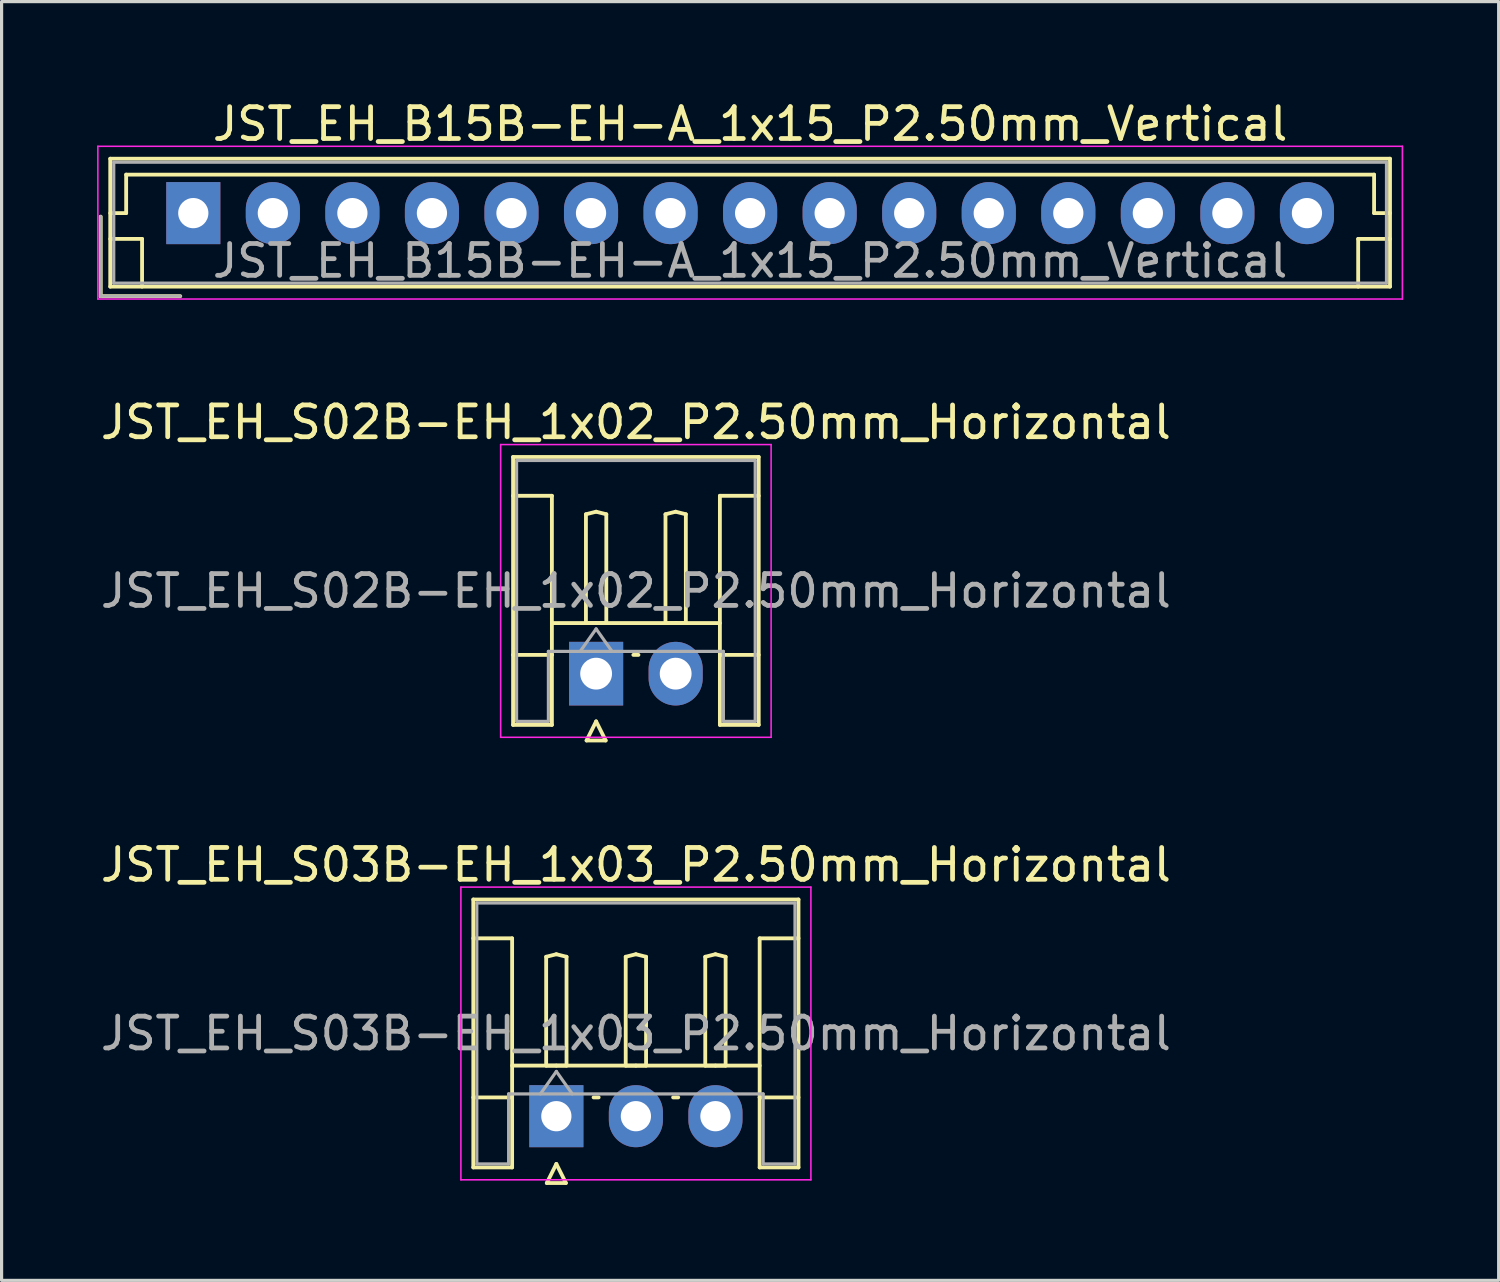
<source format=kicad_pcb>
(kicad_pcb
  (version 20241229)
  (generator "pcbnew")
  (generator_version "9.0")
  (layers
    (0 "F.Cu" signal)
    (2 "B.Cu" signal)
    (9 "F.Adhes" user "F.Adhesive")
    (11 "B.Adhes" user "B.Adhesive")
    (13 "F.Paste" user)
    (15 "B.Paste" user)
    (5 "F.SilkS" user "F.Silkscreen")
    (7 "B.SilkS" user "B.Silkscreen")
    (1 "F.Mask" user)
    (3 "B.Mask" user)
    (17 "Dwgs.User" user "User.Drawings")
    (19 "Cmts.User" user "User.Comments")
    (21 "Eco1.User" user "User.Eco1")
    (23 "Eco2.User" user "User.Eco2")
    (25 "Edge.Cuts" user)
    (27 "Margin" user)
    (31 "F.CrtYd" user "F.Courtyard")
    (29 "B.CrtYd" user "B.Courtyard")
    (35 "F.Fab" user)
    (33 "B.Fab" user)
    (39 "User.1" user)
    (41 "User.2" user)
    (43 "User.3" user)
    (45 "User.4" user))
  (footprint "JST_EH_B15B-EH-A_1x15_P2.50mm_Vertical"
    (layer "F.Cu")
    (at 3.025 3.648)
    (property "Reference" "JST_EH_B15B-EH-A_1x15_P2.50mm_Vertical" (at 17.5 -2.8 0) (layer "F.SilkS") (effects (font (size 1 1) (thickness 0.15))))
    (attr through_hole)
    (fp_line (start -2.91 0.11) (end -2.91 2.61) (stroke (width 0.12) (type solid)) (layer "F.SilkS"))
    (fp_line (start -2.91 2.61) (end -0.41 2.61) (stroke (width 0.12) (type solid)) (layer "F.SilkS"))
    (fp_line (start -2.61 -1.71) (end -2.61 2.31) (stroke (width 0.12) (type solid)) (layer "F.SilkS"))
    (fp_line (start -2.61 0) (end -2.11 0) (stroke (width 0.12) (type solid)) (layer "F.SilkS"))
    (fp_line (start -2.61 0.81) (end -1.61 0.81) (stroke (width 0.12) (type solid)) (layer "F.SilkS"))
    (fp_line (start -2.61 2.31) (end 37.61 2.31) (stroke (width 0.12) (type solid)) (layer "F.SilkS"))
    (fp_line (start -2.11 -1.21) (end 37.11 -1.21) (stroke (width 0.12) (type solid)) (layer "F.SilkS"))
    (fp_line (start -2.11 0) (end -2.11 -1.21) (stroke (width 0.12) (type solid)) (layer "F.SilkS"))
    (fp_line (start -1.61 0.81) (end -1.61 2.31) (stroke (width 0.12) (type solid)) (layer "F.SilkS"))
    (fp_line (start 36.61 0.81) (end 36.61 2.31) (stroke (width 0.12) (type solid)) (layer "F.SilkS"))
    (fp_line (start 37.11 -1.21) (end 37.11 0) (stroke (width 0.12) (type solid)) (layer "F.SilkS"))
    (fp_line (start 37.11 0) (end 37.61 0) (stroke (width 0.12) (type solid)) (layer "F.SilkS"))
    (fp_line (start 37.61 -1.71) (end -2.61 -1.71) (stroke (width 0.12) (type solid)) (layer "F.SilkS"))
    (fp_line (start 37.61 0.81) (end 36.61 0.81) (stroke (width 0.12) (type solid)) (layer "F.SilkS"))
    (fp_line (start 37.61 2.31) (end 37.61 -1.71) (stroke (width 0.12) (type solid)) (layer "F.SilkS"))
    (fp_line (start -3 -2.1) (end -3 2.7) (stroke (width 0.05) (type solid)) (layer "F.CrtYd"))
    (fp_line (start -3 2.7) (end 38 2.7) (stroke (width 0.05) (type solid)) (layer "F.CrtYd"))
    (fp_line (start 38 -2.1) (end -3 -2.1) (stroke (width 0.05) (type solid)) (layer "F.CrtYd"))
    (fp_line (start 38 2.7) (end 38 -2.1) (stroke (width 0.05) (type solid)) (layer "F.CrtYd"))
    (fp_line (start -2.91 0.11) (end -2.91 2.61) (stroke (width 0.1) (type solid)) (layer "F.Fab"))
    (fp_line (start -2.91 2.61) (end -0.41 2.61) (stroke (width 0.1) (type solid)) (layer "F.Fab"))
    (fp_line (start -2.5 -1.6) (end -2.5 2.2) (stroke (width 0.1) (type solid)) (layer "F.Fab"))
    (fp_line (start -2.5 2.2) (end 37.5 2.2) (stroke (width 0.1) (type solid)) (layer "F.Fab"))
    (fp_line (start 37.5 -1.6) (end -2.5 -1.6) (stroke (width 0.1) (type solid)) (layer "F.Fab"))
    (fp_line (start 37.5 2.2) (end 37.5 -1.6) (stroke (width 0.1) (type solid)) (layer "F.Fab"))
    (fp_text user "${REFERENCE}" (at 17.5 1.5 0) (layer "F.Fab") (effects (font (size 1 1) (thickness 0.15))))
    (pad "1" thru_hole rect (at 0 0) (size 1.7 1.95) (drill 0.95) (layers "*.Cu" "*.Mask"))
    (pad "2" thru_hole oval (at 2.5 0) (size 1.7 1.95) (drill 0.95) (layers "*.Cu" "*.Mask"))
    (pad "3" thru_hole oval (at 5 0) (size 1.7 1.95) (drill 0.95) (layers "*.Cu" "*.Mask"))
    (pad "4" thru_hole oval (at 7.5 0) (size 1.7 1.95) (drill 0.95) (layers "*.Cu" "*.Mask"))
    (pad "5" thru_hole oval (at 10 0) (size 1.7 1.95) (drill 0.95) (layers "*.Cu" "*.Mask"))
    (pad "6" thru_hole oval (at 12.5 0) (size 1.7 1.95) (drill 0.95) (layers "*.Cu" "*.Mask"))
    (pad "7" thru_hole oval (at 15 0) (size 1.7 1.95) (drill 0.95) (layers "*.Cu" "*.Mask"))
    (pad "8" thru_hole oval (at 17.5 0) (size 1.7 1.95) (drill 0.95) (layers "*.Cu" "*.Mask"))
    (pad "9" thru_hole oval (at 20 0) (size 1.7 1.95) (drill 0.95) (layers "*.Cu" "*.Mask"))
    (pad "10" thru_hole oval (at 22.5 0) (size 1.7 1.95) (drill 0.95) (layers "*.Cu" "*.Mask"))
    (pad "11" thru_hole oval (at 25 0) (size 1.7 1.95) (drill 0.95) (layers "*.Cu" "*.Mask"))
    (pad "12" thru_hole oval (at 27.5 0) (size 1.7 1.95) (drill 0.95) (layers "*.Cu" "*.Mask"))
    (pad "13" thru_hole oval (at 30 0) (size 1.7 1.95) (drill 0.95) (layers "*.Cu" "*.Mask"))
    (pad "14" thru_hole oval (at 32.5 0) (size 1.7 1.95) (drill 0.95) (layers "*.Cu" "*.Mask"))
    (pad "15" thru_hole oval (at 35 0) (size 1.7 1.95) (drill 0.95) (layers "*.Cu" "*.Mask")))
  (footprint "JST_EH_S03B-EH_1x03_P2.50mm_Horizontal"
    (layer "F.Cu")
    (at 14.435 32.03)
    (property "Reference" "JST_EH_S03B-EH_1x03_P2.50mm_Horizontal" (at 2.5 -7.9 0) (layer "F.SilkS") (effects (font (size 1 1) (thickness 0.15))))
    (attr through_hole)
    (fp_line (start -2.61 -6.81) (end 7.61 -6.81) (stroke (width 0.12) (type solid)) (layer "F.SilkS"))
    (fp_line (start -2.61 -5.59) (end -1.39 -5.59) (stroke (width 0.12) (type solid)) (layer "F.SilkS"))
    (fp_line (start -2.61 1.61) (end -2.61 -6.81) (stroke (width 0.12) (type solid)) (layer "F.SilkS"))
    (fp_line (start -1.39 -5.59) (end -1.39 -0.59) (stroke (width 0.12) (type solid)) (layer "F.SilkS"))
    (fp_line (start -1.39 -1.59) (end 6.39 -1.59) (stroke (width 0.12) (type solid)) (layer "F.SilkS"))
    (fp_line (start -1.39 -0.59) (end -2.61 -0.59) (stroke (width 0.12) (type solid)) (layer "F.SilkS"))
    (fp_line (start -1.39 -0.59) (end -1.39 1.61) (stroke (width 0.12) (type solid)) (layer "F.SilkS"))
    (fp_line (start -1.39 1.61) (end -2.61 1.61) (stroke (width 0.12) (type solid)) (layer "F.SilkS"))
    (fp_line (start -0.32 -5.01) (end 0 -5.09) (stroke (width 0.12) (type solid)) (layer "F.SilkS"))
    (fp_line (start -0.32 -1.59) (end -0.32 -5.01) (stroke (width 0.12) (type solid)) (layer "F.SilkS"))
    (fp_line (start -0.3 2.1) (end 0.3 2.1) (stroke (width 0.12) (type solid)) (layer "F.SilkS"))
    (fp_line (start 0 -5.09) (end 0.32 -5.01) (stroke (width 0.12) (type solid)) (layer "F.SilkS"))
    (fp_line (start 0 -1.59) (end -0.32 -1.59) (stroke (width 0.12) (type solid)) (layer "F.SilkS"))
    (fp_line (start 0 1.5) (end -0.3 2.1) (stroke (width 0.12) (type solid)) (layer "F.SilkS"))
    (fp_line (start 0.3 2.1) (end 0 1.5) (stroke (width 0.12) (type solid)) (layer "F.SilkS"))
    (fp_line (start 0.32 -5.01) (end 0.32 -1.59) (stroke (width 0.12) (type solid)) (layer "F.SilkS"))
    (fp_line (start 0.32 -1.59) (end 0 -1.59) (stroke (width 0.12) (type solid)) (layer "F.SilkS"))
    (fp_line (start 1.17 -0.59) (end 1.33 -0.59) (stroke (width 0.12) (type solid)) (layer "F.SilkS"))
    (fp_line (start 2.18 -5.01) (end 2.5 -5.09) (stroke (width 0.12) (type solid)) (layer "F.SilkS"))
    (fp_line (start 2.18 -1.59) (end 2.18 -5.01) (stroke (width 0.12) (type solid)) (layer "F.SilkS"))
    (fp_line (start 2.5 -5.09) (end 2.82 -5.01) (stroke (width 0.12) (type solid)) (layer "F.SilkS"))
    (fp_line (start 2.5 -1.59) (end 2.18 -1.59) (stroke (width 0.12) (type solid)) (layer "F.SilkS"))
    (fp_line (start 2.82 -5.01) (end 2.82 -1.59) (stroke (width 0.12) (type solid)) (layer "F.SilkS"))
    (fp_line (start 2.82 -1.59) (end 2.5 -1.59) (stroke (width 0.12) (type solid)) (layer "F.SilkS"))
    (fp_line (start 3.67 -0.59) (end 3.83 -0.59) (stroke (width 0.12) (type solid)) (layer "F.SilkS"))
    (fp_line (start 4.68 -5.01) (end 5 -5.09) (stroke (width 0.12) (type solid)) (layer "F.SilkS"))
    (fp_line (start 4.68 -1.59) (end 4.68 -5.01) (stroke (width 0.12) (type solid)) (layer "F.SilkS"))
    (fp_line (start 5 -5.09) (end 5.32 -5.01) (stroke (width 0.12) (type solid)) (layer "F.SilkS"))
    (fp_line (start 5 -1.59) (end 4.68 -1.59) (stroke (width 0.12) (type solid)) (layer "F.SilkS"))
    (fp_line (start 5.32 -5.01) (end 5.32 -1.59) (stroke (width 0.12) (type solid)) (layer "F.SilkS"))
    (fp_line (start 5.32 -1.59) (end 5 -1.59) (stroke (width 0.12) (type solid)) (layer "F.SilkS"))
    (fp_line (start 6.39 -5.59) (end 6.39 -0.59) (stroke (width 0.12) (type solid)) (layer "F.SilkS"))
    (fp_line (start 6.39 -0.59) (end 7.61 -0.59) (stroke (width 0.12) (type solid)) (layer "F.SilkS"))
    (fp_line (start 6.39 1.61) (end 6.39 -0.59) (stroke (width 0.12) (type solid)) (layer "F.SilkS"))
    (fp_line (start 7.61 -6.81) (end 7.61 1.61) (stroke (width 0.12) (type solid)) (layer "F.SilkS"))
    (fp_line (start 7.61 -5.59) (end 6.39 -5.59) (stroke (width 0.12) (type solid)) (layer "F.SilkS"))
    (fp_line (start 7.61 1.61) (end 6.39 1.61) (stroke (width 0.12) (type solid)) (layer "F.SilkS"))
    (fp_line (start -3 -7.2) (end -3 2) (stroke (width 0.05) (type solid)) (layer "F.CrtYd"))
    (fp_line (start -3 2) (end 8 2) (stroke (width 0.05) (type solid)) (layer "F.CrtYd"))
    (fp_line (start 8 -7.2) (end -3 -7.2) (stroke (width 0.05) (type solid)) (layer "F.CrtYd"))
    (fp_line (start 8 2) (end 8 -7.2) (stroke (width 0.05) (type solid)) (layer "F.CrtYd"))
    (fp_line (start -2.5 -6.7) (end 7.5 -6.7) (stroke (width 0.1) (type solid)) (layer "F.Fab"))
    (fp_line (start -2.5 1.5) (end -2.5 -6.7) (stroke (width 0.1) (type solid)) (layer "F.Fab"))
    (fp_line (start -1.5 -0.7) (end -1.5 1.5) (stroke (width 0.1) (type solid)) (layer "F.Fab"))
    (fp_line (start -1.5 1.5) (end -2.5 1.5) (stroke (width 0.1) (type solid)) (layer "F.Fab"))
    (fp_line (start -0.5 -0.7) (end 0 -1.407) (stroke (width 0.1) (type solid)) (layer "F.Fab"))
    (fp_line (start 0 -1.407) (end 0.5 -0.7) (stroke (width 0.1) (type solid)) (layer "F.Fab"))
    (fp_line (start 6.5 -0.7) (end -1.5 -0.7) (stroke (width 0.1) (type solid)) (layer "F.Fab"))
    (fp_line (start 6.5 1.5) (end 6.5 -0.7) (stroke (width 0.1) (type solid)) (layer "F.Fab"))
    (fp_line (start 7.5 -6.7) (end 7.5 1.5) (stroke (width 0.1) (type solid)) (layer "F.Fab"))
    (fp_line (start 7.5 1.5) (end 6.5 1.5) (stroke (width 0.1) (type solid)) (layer "F.Fab"))
    (fp_text user "${REFERENCE}" (at 2.5 -2.6 0) (layer "F.Fab") (effects (font (size 1 1) (thickness 0.15))))
    (pad "1" thru_hole rect (at 0 0) (size 1.7 1.95) (drill 0.95) (layers "*.Cu" "*.Mask"))
    (pad "2" thru_hole oval (at 2.5 0) (size 1.7 1.95) (drill 0.95) (layers "*.Cu" "*.Mask"))
    (pad "3" thru_hole oval (at 5 0) (size 1.7 1.95) (drill 0.95) (layers "*.Cu" "*.Mask")))
  (footprint "JST_EH_S02B-EH_1x02_P2.50mm_Horizontal"
    (layer "F.Cu")
    (at 15.685 18.122)
    (property "Reference" "JST_EH_S02B-EH_1x02_P2.50mm_Horizontal" (at 1.25 -7.9 0) (layer "F.SilkS") (effects (font (size 1 1) (thickness 0.15))))
    (attr through_hole)
    (fp_line (start -2.61 -6.81) (end 5.11 -6.81) (stroke (width 0.12) (type solid)) (layer "F.SilkS"))
    (fp_line (start -2.61 -5.59) (end -1.39 -5.59) (stroke (width 0.12) (type solid)) (layer "F.SilkS"))
    (fp_line (start -2.61 1.61) (end -2.61 -6.81) (stroke (width 0.12) (type solid)) (layer "F.SilkS"))
    (fp_line (start -1.39 -5.59) (end -1.39 -0.59) (stroke (width 0.12) (type solid)) (layer "F.SilkS"))
    (fp_line (start -1.39 -1.59) (end 3.89 -1.59) (stroke (width 0.12) (type solid)) (layer "F.SilkS"))
    (fp_line (start -1.39 -0.59) (end -2.61 -0.59) (stroke (width 0.12) (type solid)) (layer "F.SilkS"))
    (fp_line (start -1.39 -0.59) (end -1.39 1.61) (stroke (width 0.12) (type solid)) (layer "F.SilkS"))
    (fp_line (start -1.39 1.61) (end -2.61 1.61) (stroke (width 0.12) (type solid)) (layer "F.SilkS"))
    (fp_line (start -0.32 -5.01) (end 0 -5.09) (stroke (width 0.12) (type solid)) (layer "F.SilkS"))
    (fp_line (start -0.32 -1.59) (end -0.32 -5.01) (stroke (width 0.12) (type solid)) (layer "F.SilkS"))
    (fp_line (start -0.3 2.1) (end 0.3 2.1) (stroke (width 0.12) (type solid)) (layer "F.SilkS"))
    (fp_line (start 0 -5.09) (end 0.32 -5.01) (stroke (width 0.12) (type solid)) (layer "F.SilkS"))
    (fp_line (start 0 -1.59) (end -0.32 -1.59) (stroke (width 0.12) (type solid)) (layer "F.SilkS"))
    (fp_line (start 0 1.5) (end -0.3 2.1) (stroke (width 0.12) (type solid)) (layer "F.SilkS"))
    (fp_line (start 0.3 2.1) (end 0 1.5) (stroke (width 0.12) (type solid)) (layer "F.SilkS"))
    (fp_line (start 0.32 -5.01) (end 0.32 -1.59) (stroke (width 0.12) (type solid)) (layer "F.SilkS"))
    (fp_line (start 0.32 -1.59) (end 0 -1.59) (stroke (width 0.12) (type solid)) (layer "F.SilkS"))
    (fp_line (start 1.17 -0.59) (end 1.33 -0.59) (stroke (width 0.12) (type solid)) (layer "F.SilkS"))
    (fp_line (start 2.18 -5.01) (end 2.5 -5.09) (stroke (width 0.12) (type solid)) (layer "F.SilkS"))
    (fp_line (start 2.18 -1.59) (end 2.18 -5.01) (stroke (width 0.12) (type solid)) (layer "F.SilkS"))
    (fp_line (start 2.5 -5.09) (end 2.82 -5.01) (stroke (width 0.12) (type solid)) (layer "F.SilkS"))
    (fp_line (start 2.5 -1.59) (end 2.18 -1.59) (stroke (width 0.12) (type solid)) (layer "F.SilkS"))
    (fp_line (start 2.82 -5.01) (end 2.82 -1.59) (stroke (width 0.12) (type solid)) (layer "F.SilkS"))
    (fp_line (start 2.82 -1.59) (end 2.5 -1.59) (stroke (width 0.12) (type solid)) (layer "F.SilkS"))
    (fp_line (start 3.89 -5.59) (end 3.89 -0.59) (stroke (width 0.12) (type solid)) (layer "F.SilkS"))
    (fp_line (start 3.89 -0.59) (end 5.11 -0.59) (stroke (width 0.12) (type solid)) (layer "F.SilkS"))
    (fp_line (start 3.89 1.61) (end 3.89 -0.59) (stroke (width 0.12) (type solid)) (layer "F.SilkS"))
    (fp_line (start 5.11 -6.81) (end 5.11 1.61) (stroke (width 0.12) (type solid)) (layer "F.SilkS"))
    (fp_line (start 5.11 -5.59) (end 3.89 -5.59) (stroke (width 0.12) (type solid)) (layer "F.SilkS"))
    (fp_line (start 5.11 1.61) (end 3.89 1.61) (stroke (width 0.12) (type solid)) (layer "F.SilkS"))
    (fp_line (start -3 -7.2) (end -3 2) (stroke (width 0.05) (type solid)) (layer "F.CrtYd"))
    (fp_line (start -3 2) (end 5.5 2) (stroke (width 0.05) (type solid)) (layer "F.CrtYd"))
    (fp_line (start 5.5 -7.2) (end -3 -7.2) (stroke (width 0.05) (type solid)) (layer "F.CrtYd"))
    (fp_line (start 5.5 2) (end 5.5 -7.2) (stroke (width 0.05) (type solid)) (layer "F.CrtYd"))
    (fp_line (start -2.5 -6.7) (end 5 -6.7) (stroke (width 0.1) (type solid)) (layer "F.Fab"))
    (fp_line (start -2.5 1.5) (end -2.5 -6.7) (stroke (width 0.1) (type solid)) (layer "F.Fab"))
    (fp_line (start -1.5 -0.7) (end -1.5 1.5) (stroke (width 0.1) (type solid)) (layer "F.Fab"))
    (fp_line (start -1.5 1.5) (end -2.5 1.5) (stroke (width 0.1) (type solid)) (layer "F.Fab"))
    (fp_line (start -0.5 -0.7) (end 0 -1.407) (stroke (width 0.1) (type solid)) (layer "F.Fab"))
    (fp_line (start 0 -1.407) (end 0.5 -0.7) (stroke (width 0.1) (type solid)) (layer "F.Fab"))
    (fp_line (start 4 -0.7) (end -1.5 -0.7) (stroke (width 0.1) (type solid)) (layer "F.Fab"))
    (fp_line (start 4 1.5) (end 4 -0.7) (stroke (width 0.1) (type solid)) (layer "F.Fab"))
    (fp_line (start 5 -6.7) (end 5 1.5) (stroke (width 0.1) (type solid)) (layer "F.Fab"))
    (fp_line (start 5 1.5) (end 4 1.5) (stroke (width 0.1) (type solid)) (layer "F.Fab"))
    (fp_text user "${REFERENCE}" (at 1.25 -2.6 0) (layer "F.Fab") (effects (font (size 1 1) (thickness 0.15))))
    (pad "1" thru_hole rect (at 0 0) (size 1.7 2) (drill 1) (layers "*.Cu" "*.Mask"))
    (pad "2" thru_hole oval (at 2.5 0) (size 1.7 2) (drill 1) (layers "*.Cu" "*.Mask")))
  (gr_rect
    (start -3 -3)
    (end 44.05 37.19)
    (stroke (width 0.1) (type default))
    (fill no)
    (layer "Edge.Cuts")))
</source>
